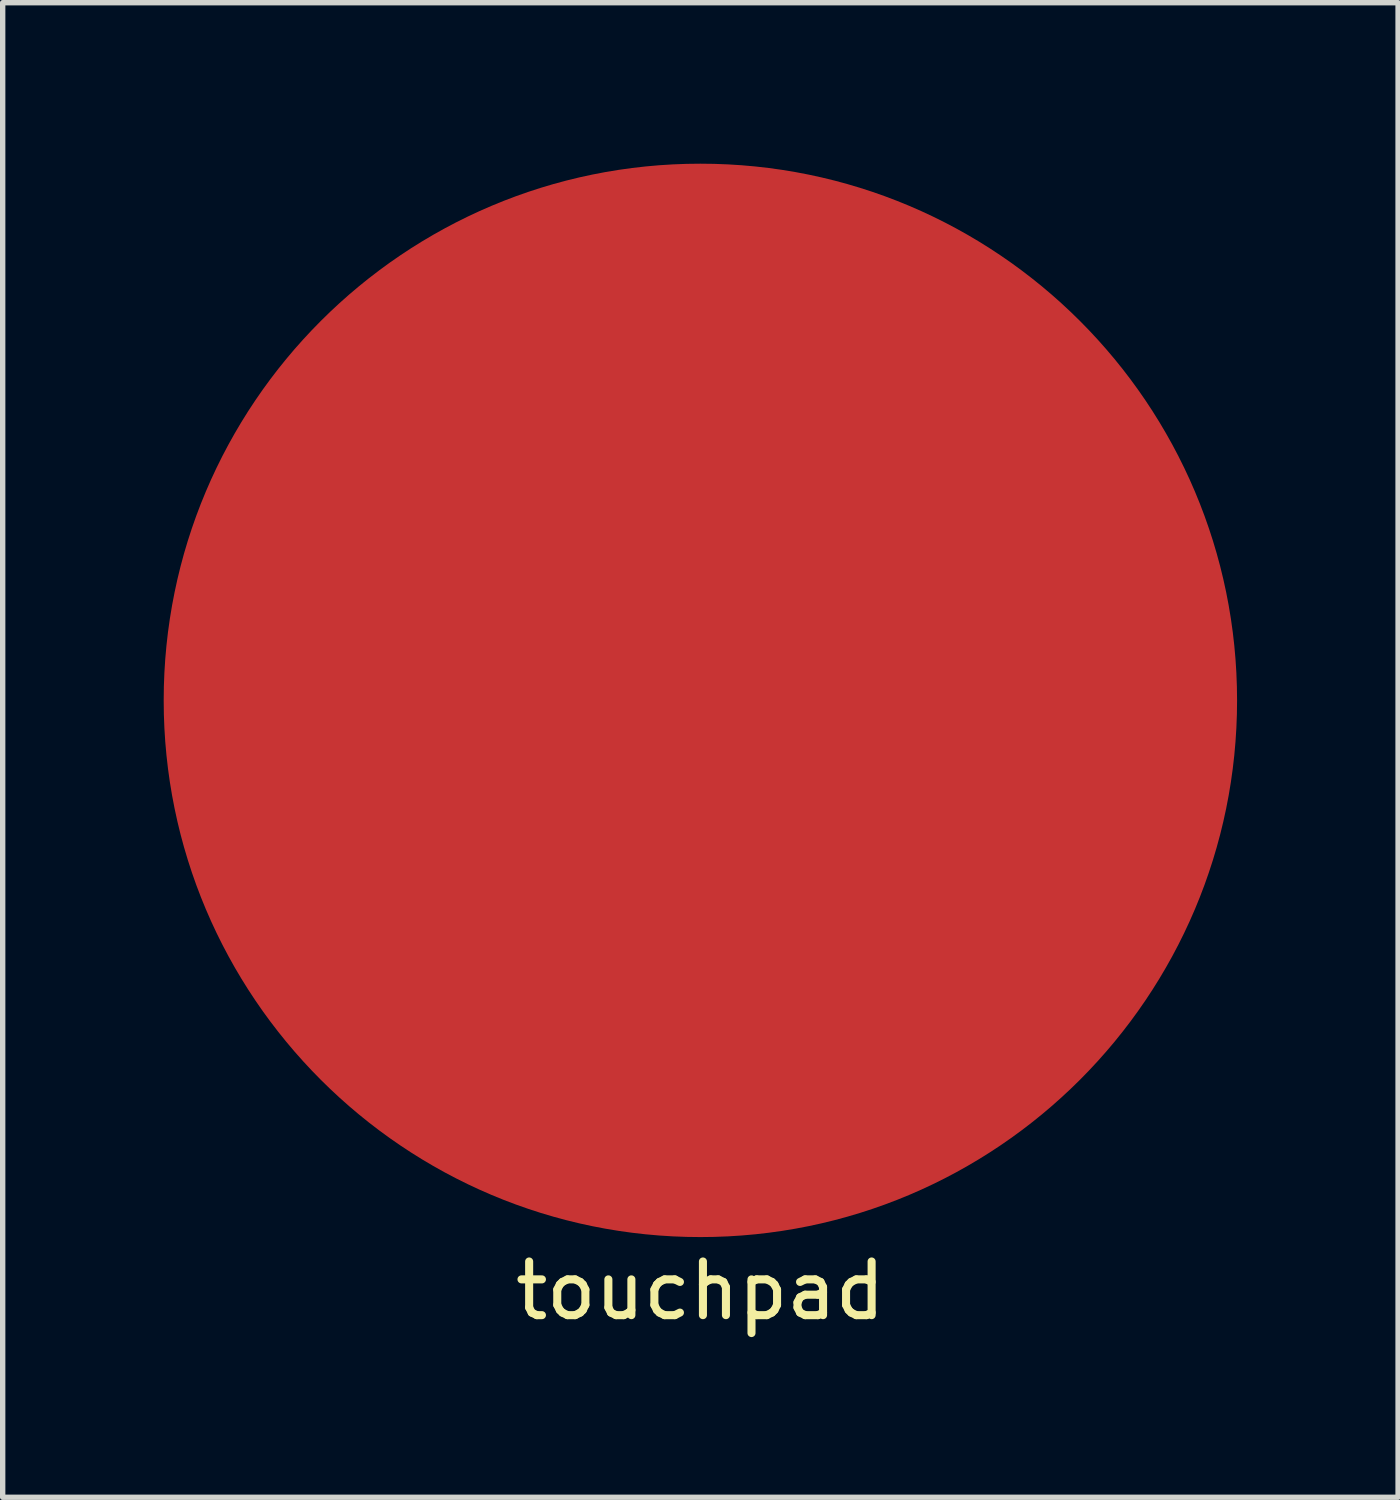
<source format=kicad_pcb>
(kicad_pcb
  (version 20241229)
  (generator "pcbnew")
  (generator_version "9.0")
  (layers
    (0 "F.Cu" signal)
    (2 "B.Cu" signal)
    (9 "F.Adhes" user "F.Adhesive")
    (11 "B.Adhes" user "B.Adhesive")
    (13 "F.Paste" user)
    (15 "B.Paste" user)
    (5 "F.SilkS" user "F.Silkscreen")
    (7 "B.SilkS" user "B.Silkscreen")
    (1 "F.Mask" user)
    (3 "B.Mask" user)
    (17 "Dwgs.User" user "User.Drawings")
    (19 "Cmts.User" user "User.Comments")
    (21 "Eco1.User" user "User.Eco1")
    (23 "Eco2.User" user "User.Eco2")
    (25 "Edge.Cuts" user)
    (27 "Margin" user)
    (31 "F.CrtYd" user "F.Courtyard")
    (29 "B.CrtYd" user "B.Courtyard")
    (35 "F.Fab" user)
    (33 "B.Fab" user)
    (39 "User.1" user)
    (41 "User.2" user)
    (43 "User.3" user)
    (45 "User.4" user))
  (footprint "touchpad"
    (layer "F.Cu")
    (at 10 10)
    (property "Reference" "touchpad" (at 0 11 0) (layer "F.SilkS") (effects (font (size 1 1) (thickness 0.15))))
    (attr through_hole)
    (pad "~" connect circle (at 0 0 90) (size 20 20) (layers "F.Cu" "F.Mask")))
  (gr_rect
    (start -3 -3)
    (end 23 24.848)
    (stroke (width 0.1) (type default))
    (fill no)
    (layer "Edge.Cuts")))
</source>
